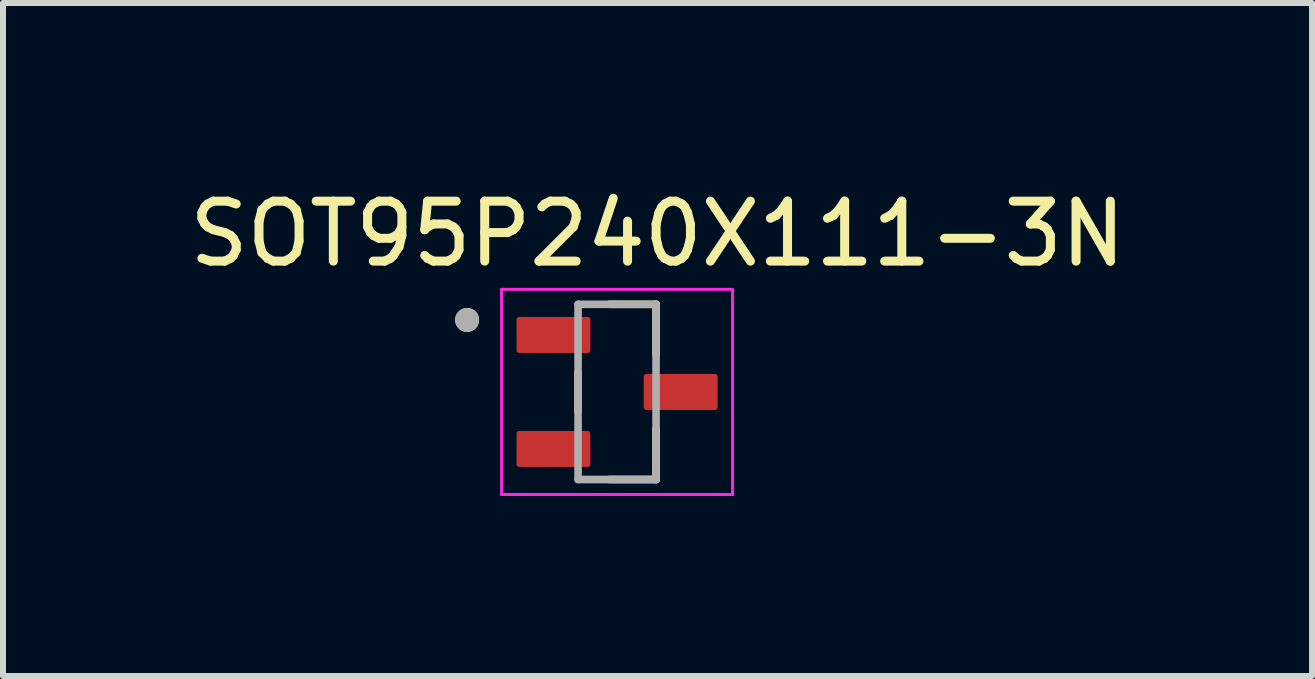
<source format=kicad_pcb>
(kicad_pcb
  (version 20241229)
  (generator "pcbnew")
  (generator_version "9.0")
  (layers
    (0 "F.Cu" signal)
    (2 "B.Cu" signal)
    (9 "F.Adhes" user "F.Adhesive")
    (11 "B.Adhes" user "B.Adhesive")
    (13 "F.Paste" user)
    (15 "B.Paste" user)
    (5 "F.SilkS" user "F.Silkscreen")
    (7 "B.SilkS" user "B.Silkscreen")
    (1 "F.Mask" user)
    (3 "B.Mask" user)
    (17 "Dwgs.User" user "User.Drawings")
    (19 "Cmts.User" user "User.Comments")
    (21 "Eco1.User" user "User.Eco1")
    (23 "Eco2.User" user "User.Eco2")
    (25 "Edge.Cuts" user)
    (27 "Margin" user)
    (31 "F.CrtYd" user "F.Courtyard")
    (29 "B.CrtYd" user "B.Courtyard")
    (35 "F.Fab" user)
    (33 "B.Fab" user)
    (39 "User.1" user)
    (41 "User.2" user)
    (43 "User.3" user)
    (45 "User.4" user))
  (footprint "SOT95P240X111-3N"
    (layer "F.Cu")
    (at 7.236 3.483)
    (property "Reference" "SOT95P240X111-3N" (at 0.675 -2.635 0) (layer "F.SilkS") (effects (font (size 1 1) (thickness 0.15))))
    (attr smd)
    (fp_line (start -0.65 -0.33) (end -0.65 0.33) (stroke (width 0.127) (type solid)) (layer "F.SilkS"))
    (fp_line (start 0.65 -1.46) (end -0.125 -1.46) (stroke (width 0.127) (type solid)) (layer "F.SilkS"))
    (fp_line (start 0.65 -0.62) (end 0.65 -1.46) (stroke (width 0.127) (type solid)) (layer "F.SilkS"))
    (fp_line (start 0.65 0.62) (end 0.65 1.46) (stroke (width 0.127) (type solid)) (layer "F.SilkS"))
    (fp_line (start 0.65 1.46) (end -0.125 1.46) (stroke (width 0.127) (type solid)) (layer "F.SilkS"))
    (fp_circle (center -2.5 -1.2) (end -2.4 -1.2) (stroke (width 0.2) (type solid)) (fill no) (layer "F.SilkS"))
    (fp_line (start -1.925 -1.71) (end 1.925 -1.71) (stroke (width 0.05) (type solid)) (layer "F.CrtYd"))
    (fp_line (start -1.925 1.71) (end -1.925 -1.71) (stroke (width 0.05) (type solid)) (layer "F.CrtYd"))
    (fp_line (start 1.925 -1.71) (end 1.925 1.71) (stroke (width 0.05) (type solid)) (layer "F.CrtYd"))
    (fp_line (start 1.925 1.71) (end -1.925 1.71) (stroke (width 0.05) (type solid)) (layer "F.CrtYd"))
    (fp_line (start -0.65 -1.46) (end -0.65 1.46) (stroke (width 0.127) (type solid)) (layer "F.Fab"))
    (fp_line (start -0.65 1.46) (end 0.65 1.46) (stroke (width 0.127) (type solid)) (layer "F.Fab"))
    (fp_line (start 0.65 -1.46) (end -0.65 -1.46) (stroke (width 0.127) (type solid)) (layer "F.Fab"))
    (fp_line (start 0.65 1.46) (end 0.65 -1.46) (stroke (width 0.127) (type solid)) (layer "F.Fab"))
    (fp_circle (center -2.5 -1.2) (end -2.4 -1.2) (stroke (width 0.2) (type solid)) (fill no) (layer "F.Fab"))
    (pad "1" smd roundrect (at -1.06 -0.95) (size 1.23 0.6) (layers "F.Cu" "F.Mask" "F.Paste") (roundrect_rratio 0.07))
    (pad "2" smd roundrect (at -1.06 0.95) (size 1.23 0.6) (layers "F.Cu" "F.Mask" "F.Paste") (roundrect_rratio 0.07))
    (pad "3" smd roundrect (at 1.06 0) (size 1.23 0.6) (layers "F.Cu" "F.Mask" "F.Paste") (roundrect_rratio 0.07)))
  (gr_rect
    (start -3 -3)
    (end 18.821 8.218)
    (stroke (width 0.1) (type default))
    (fill no)
    (layer "Edge.Cuts")))
</source>
